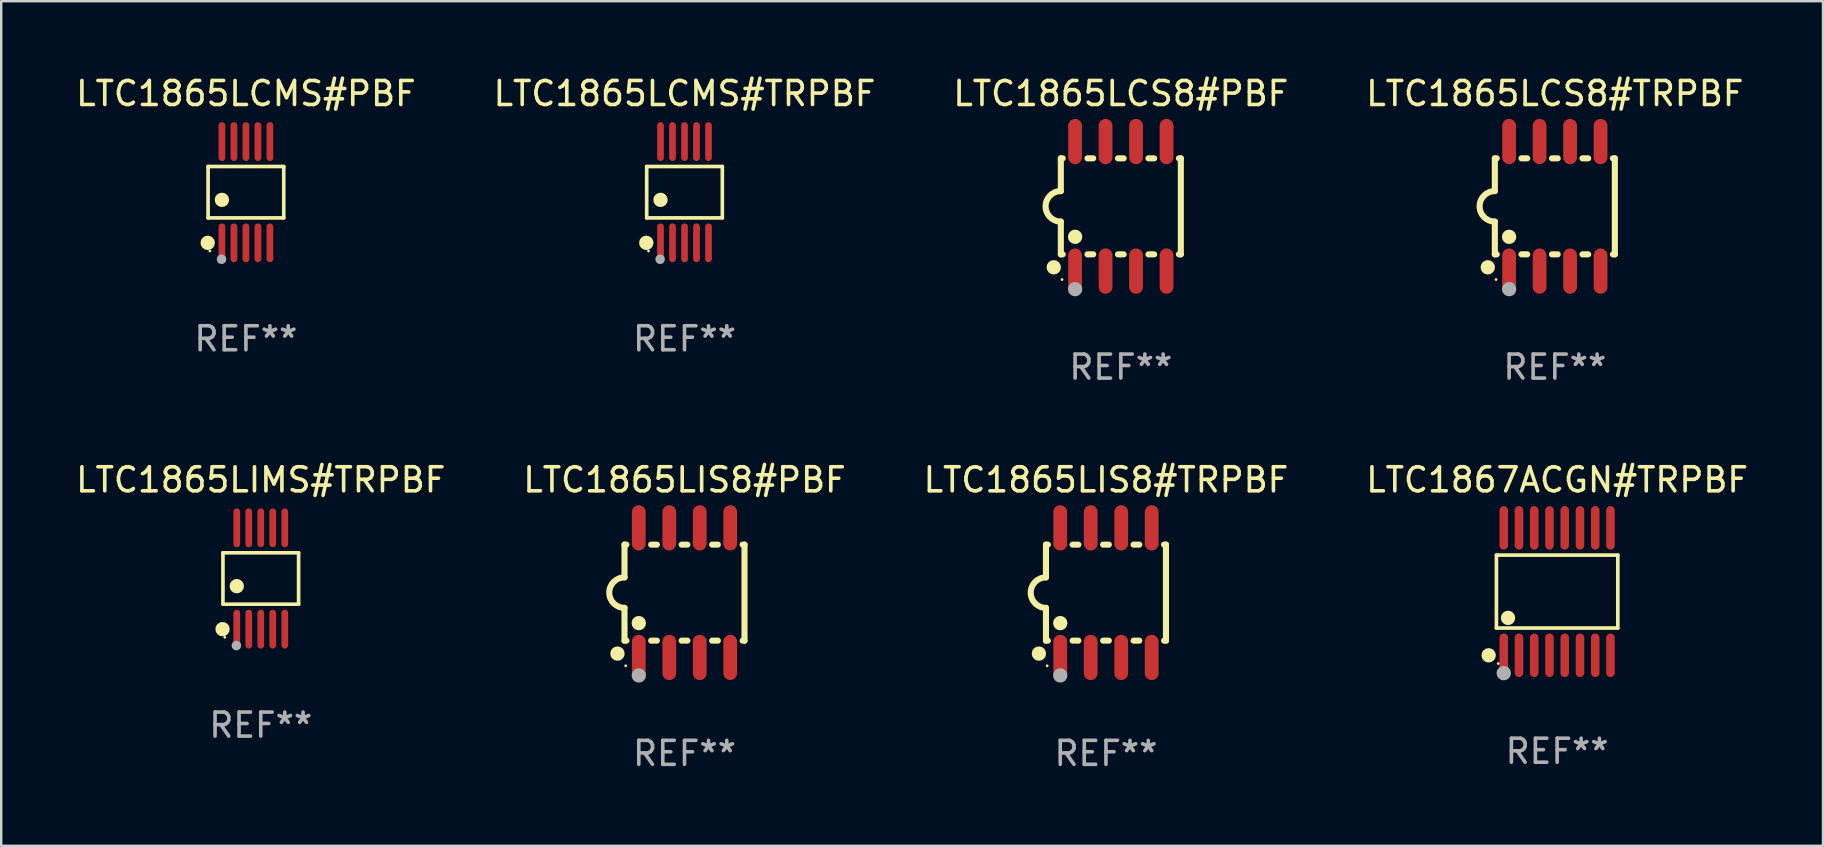
<source format=kicad_pcb>
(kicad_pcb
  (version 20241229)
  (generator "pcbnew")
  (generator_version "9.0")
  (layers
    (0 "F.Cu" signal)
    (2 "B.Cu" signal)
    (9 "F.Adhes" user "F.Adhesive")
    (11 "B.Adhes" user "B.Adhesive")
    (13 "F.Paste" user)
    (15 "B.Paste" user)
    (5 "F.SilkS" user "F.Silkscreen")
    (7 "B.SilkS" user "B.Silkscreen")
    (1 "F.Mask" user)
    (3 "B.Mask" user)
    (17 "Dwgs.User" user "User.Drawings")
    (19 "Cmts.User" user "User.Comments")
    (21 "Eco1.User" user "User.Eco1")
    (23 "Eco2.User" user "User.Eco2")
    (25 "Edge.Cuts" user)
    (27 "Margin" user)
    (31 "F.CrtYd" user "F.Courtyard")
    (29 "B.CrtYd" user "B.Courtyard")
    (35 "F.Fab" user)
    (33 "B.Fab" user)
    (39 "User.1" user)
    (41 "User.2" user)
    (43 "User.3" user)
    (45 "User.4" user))
  (footprint "LTC1865LCS8#TRPBF"
    (layer "F.Cu")
    (at 61.732 5.547)
    (property "Reference" "LTC1865LCS8#TRPBF" (at 0 -4.699 0) (layer "F.SilkS") (effects (font (size 1 1) (thickness 0.15))))
    (attr through_hole)
    (fp_line (start -2.5 -2) (end -2.5 -0.635) (stroke (width 0.254) (type solid)) (layer "F.SilkS"))
    (fp_line (start -2.5 -2) (end -2.421 -2) (stroke (width 0.254) (type solid)) (layer "F.SilkS"))
    (fp_line (start -2.5 2) (end -2.5 0.635) (stroke (width 0.254) (type solid)) (layer "F.SilkS"))
    (fp_line (start -2.5 2) (end -2.421 2) (stroke (width 0.254) (type solid)) (layer "F.SilkS"))
    (fp_line (start -1.389 -2) (end -1.151 -2) (stroke (width 0.254) (type solid)) (layer "F.SilkS"))
    (fp_line (start -1.389 2) (end -1.151 2) (stroke (width 0.254) (type solid)) (layer "F.SilkS"))
    (fp_line (start -0.119 -2) (end 0.119 -2) (stroke (width 0.254) (type solid)) (layer "F.SilkS"))
    (fp_line (start -0.119 2) (end 0.119 2) (stroke (width 0.254) (type solid)) (layer "F.SilkS"))
    (fp_line (start 1.151 -2) (end 1.389 -2) (stroke (width 0.254) (type solid)) (layer "F.SilkS"))
    (fp_line (start 1.151 2) (end 1.389 2) (stroke (width 0.254) (type solid)) (layer "F.SilkS"))
    (fp_line (start 2.421 -2) (end 2.5 -2) (stroke (width 0.254) (type solid)) (layer "F.SilkS"))
    (fp_line (start 2.421 2) (end 2.5 2) (stroke (width 0.254) (type solid)) (layer "F.SilkS"))
    (fp_line (start 2.5 -2) (end 2.5 2) (stroke (width 0.254) (type solid)) (layer "F.SilkS"))
    (fp_arc (start -2.5 0.635001) (mid -3.134366 -0.000318) (end -2.499365 -0.635001) (stroke (width 0.254001) (type solid)) (layer "F.SilkS"))
    (fp_circle (center -2.794 2.54) (end -2.644 2.54) (stroke (width 0.3) (type solid)) (fill no) (layer "F.SilkS"))
    (fp_circle (center -2.45 3.05) (end -2.42 3.05) (stroke (width 0.06) (type solid)) (fill no) (layer "F.SilkS"))
    (fp_circle (center -1.905 1.27) (end -1.755 1.27) (stroke (width 0.3) (type solid)) (fill no) (layer "F.SilkS"))
    (fp_circle (center -1.905 3.45) (end -1.755 3.45) (stroke (width 0.3) (type solid)) (fill no) (layer "F.Fab"))
    (fp_text user "REF**" (at 0 6.699 0) (layer "F.Fab") (effects (font (size 1 1) (thickness 0.15))))
    (pad "1" smd oval (at -1.905 2.699) (size 0.574 1.888) (layers "F.Cu" "F.Mask" "F.Paste"))
    (pad "2" smd oval (at -0.635 2.699) (size 0.574 1.888) (layers "F.Cu" "F.Mask" "F.Paste"))
    (pad "3" smd oval (at 0.635 2.699) (size 0.574 1.888) (layers "F.Cu" "F.Mask" "F.Paste"))
    (pad "4" smd oval (at 1.905 2.699) (size 0.574 1.888) (layers "F.Cu" "F.Mask" "F.Paste"))
    (pad "5" smd oval (at 1.905 -2.699) (size 0.574 1.888) (layers "F.Cu" "F.Mask" "F.Paste"))
    (pad "6" smd oval (at 0.635 -2.699) (size 0.574 1.888) (layers "F.Cu" "F.Mask" "F.Paste"))
    (pad "7" smd oval (at -0.635 -2.699) (size 0.574 1.888) (layers "F.Cu" "F.Mask" "F.Paste"))
    (pad "8" smd oval (at -1.905 -2.699) (size 0.574 1.888) (layers "F.Cu" "F.Mask" "F.Paste")))
  (footprint "LTC1865LIS8#TRPBF"
    (layer "F.Cu")
    (at 43.03 21.642)
    (property "Reference" "LTC1865LIS8#TRPBF" (at 0 -4.699 0) (layer "F.SilkS") (effects (font (size 1 1) (thickness 0.15))))
    (attr through_hole)
    (fp_line (start -2.5 -2) (end -2.5 -0.635) (stroke (width 0.254) (type solid)) (layer "F.SilkS"))
    (fp_line (start -2.5 -2) (end -2.421 -2) (stroke (width 0.254) (type solid)) (layer "F.SilkS"))
    (fp_line (start -2.5 2) (end -2.5 0.635) (stroke (width 0.254) (type solid)) (layer "F.SilkS"))
    (fp_line (start -2.5 2) (end -2.421 2) (stroke (width 0.254) (type solid)) (layer "F.SilkS"))
    (fp_line (start -1.389 -2) (end -1.151 -2) (stroke (width 0.254) (type solid)) (layer "F.SilkS"))
    (fp_line (start -1.389 2) (end -1.151 2) (stroke (width 0.254) (type solid)) (layer "F.SilkS"))
    (fp_line (start -0.119 -2) (end 0.119 -2) (stroke (width 0.254) (type solid)) (layer "F.SilkS"))
    (fp_line (start -0.119 2) (end 0.119 2) (stroke (width 0.254) (type solid)) (layer "F.SilkS"))
    (fp_line (start 1.151 -2) (end 1.389 -2) (stroke (width 0.254) (type solid)) (layer "F.SilkS"))
    (fp_line (start 1.151 2) (end 1.389 2) (stroke (width 0.254) (type solid)) (layer "F.SilkS"))
    (fp_line (start 2.421 -2) (end 2.5 -2) (stroke (width 0.254) (type solid)) (layer "F.SilkS"))
    (fp_line (start 2.421 2) (end 2.5 2) (stroke (width 0.254) (type solid)) (layer "F.SilkS"))
    (fp_line (start 2.5 -2) (end 2.5 2) (stroke (width 0.254) (type solid)) (layer "F.SilkS"))
    (fp_arc (start -2.5 0.635001) (mid -3.134366 -0.000318) (end -2.499365 -0.635001) (stroke (width 0.254001) (type solid)) (layer "F.SilkS"))
    (fp_circle (center -2.794 2.54) (end -2.644 2.54) (stroke (width 0.3) (type solid)) (fill no) (layer "F.SilkS"))
    (fp_circle (center -2.45 3.05) (end -2.42 3.05) (stroke (width 0.06) (type solid)) (fill no) (layer "F.SilkS"))
    (fp_circle (center -1.905 1.27) (end -1.755 1.27) (stroke (width 0.3) (type solid)) (fill no) (layer "F.SilkS"))
    (fp_circle (center -1.905 3.45) (end -1.755 3.45) (stroke (width 0.3) (type solid)) (fill no) (layer "F.Fab"))
    (fp_text user "REF**" (at 0 6.699 0) (layer "F.Fab") (effects (font (size 1 1) (thickness 0.15))))
    (pad "1" smd oval (at -1.905 2.699) (size 0.574 1.888) (layers "F.Cu" "F.Mask" "F.Paste"))
    (pad "2" smd oval (at -0.635 2.699) (size 0.574 1.888) (layers "F.Cu" "F.Mask" "F.Paste"))
    (pad "3" smd oval (at 0.635 2.699) (size 0.574 1.888) (layers "F.Cu" "F.Mask" "F.Paste"))
    (pad "4" smd oval (at 1.905 2.699) (size 0.574 1.888) (layers "F.Cu" "F.Mask" "F.Paste"))
    (pad "5" smd oval (at 1.905 -2.699) (size 0.574 1.888) (layers "F.Cu" "F.Mask" "F.Paste"))
    (pad "6" smd oval (at 0.635 -2.699) (size 0.574 1.888) (layers "F.Cu" "F.Mask" "F.Paste"))
    (pad "7" smd oval (at -0.635 -2.699) (size 0.574 1.888) (layers "F.Cu" "F.Mask" "F.Paste"))
    (pad "8" smd oval (at -1.905 -2.699) (size 0.574 1.888) (layers "F.Cu" "F.Mask" "F.Paste")))
  (footprint "LTC1867ACGN#TRPBF"
    (layer "F.Cu")
    (at 61.827 21.598)
    (property "Reference" "LTC1867ACGN#TRPBF" (at 0 -4.655 0) (layer "F.SilkS") (effects (font (size 1 1) (thickness 0.15))))
    (attr through_hole)
    (fp_line (start -2.529 -1.519) (end 2.529 -1.519) (stroke (width 0.152) (type solid)) (layer "F.SilkS"))
    (fp_line (start -2.529 1.519) (end -2.529 -1.519) (stroke (width 0.152) (type solid)) (layer "F.SilkS"))
    (fp_line (start 2.529 -1.519) (end 2.529 1.519) (stroke (width 0.152) (type solid)) (layer "F.SilkS"))
    (fp_line (start 2.529 1.519) (end -2.529 1.519) (stroke (width 0.152) (type solid)) (layer "F.SilkS"))
    (fp_circle (center -2.853 2.655) (end -2.703 2.655) (stroke (width 0.3) (type solid)) (fill no) (layer "F.SilkS"))
    (fp_circle (center -2.453 2.998) (end -2.423 2.998) (stroke (width 0.06) (type solid)) (fill no) (layer "F.SilkS"))
    (fp_circle (center -2.045 1.097) (end -1.895 1.097) (stroke (width 0.3) (type solid)) (fill no) (layer "F.SilkS"))
    (fp_circle (center -2.223 3.398) (end -2.072 3.398) (stroke (width 0.3) (type solid)) (fill no) (layer "F.Fab"))
    (fp_text user "REF**" (at 0 6.655 0) (layer "F.Fab") (effects (font (size 1 1) (thickness 0.15))))
    (pad "1" smd oval (at -2.223 2.655) (size 0.356 1.815) (layers "F.Cu" "F.Mask" "F.Paste"))
    (pad "2" smd oval (at -1.588 2.655) (size 0.356 1.815) (layers "F.Cu" "F.Mask" "F.Paste"))
    (pad "3" smd oval (at -0.953 2.655) (size 0.356 1.815) (layers "F.Cu" "F.Mask" "F.Paste"))
    (pad "4" smd oval (at -0.318 2.655) (size 0.356 1.815) (layers "F.Cu" "F.Mask" "F.Paste"))
    (pad "5" smd oval (at 0.318 2.655) (size 0.356 1.815) (layers "F.Cu" "F.Mask" "F.Paste"))
    (pad "6" smd oval (at 0.953 2.655) (size 0.356 1.815) (layers "F.Cu" "F.Mask" "F.Paste"))
    (pad "7" smd oval (at 1.588 2.655) (size 0.356 1.815) (layers "F.Cu" "F.Mask" "F.Paste"))
    (pad "8" smd oval (at 2.223 2.655) (size 0.356 1.815) (layers "F.Cu" "F.Mask" "F.Paste"))
    (pad "9" smd oval (at 2.223 -2.655) (size 0.356 1.815) (layers "F.Cu" "F.Mask" "F.Paste"))
    (pad "10" smd oval (at 1.588 -2.655) (size 0.356 1.815) (layers "F.Cu" "F.Mask" "F.Paste"))
    (pad "11" smd oval (at 0.953 -2.655) (size 0.356 1.815) (layers "F.Cu" "F.Mask" "F.Paste"))
    (pad "12" smd oval (at 0.318 -2.655) (size 0.356 1.815) (layers "F.Cu" "F.Mask" "F.Paste"))
    (pad "13" smd oval (at -0.318 -2.655) (size 0.356 1.815) (layers "F.Cu" "F.Mask" "F.Paste"))
    (pad "14" smd oval (at -0.953 -2.655) (size 0.356 1.815) (layers "F.Cu" "F.Mask" "F.Paste"))
    (pad "15" smd oval (at -1.588 -2.655) (size 0.356 1.815) (layers "F.Cu" "F.Mask" "F.Paste"))
    (pad "16" smd oval (at -2.223 -2.655) (size 0.356 1.815) (layers "F.Cu" "F.Mask" "F.Paste")))
  (footprint "LTC1865LCMS#TRPBF"
    (layer "F.Cu")
    (at 25.47 4.958)
    (property "Reference" "LTC1865LCMS#TRPBF" (at 0 -4.11 0) (layer "F.SilkS") (effects (font (size 1 1) (thickness 0.15))))
    (attr through_hole)
    (fp_line (start -1.576 -1.071) (end 1.576 -1.071) (stroke (width 0.152) (type solid)) (layer "F.SilkS"))
    (fp_line (start -1.576 1.071) (end -1.576 -1.071) (stroke (width 0.152) (type solid)) (layer "F.SilkS"))
    (fp_line (start 1.576 -1.071) (end 1.576 1.071) (stroke (width 0.152) (type solid)) (layer "F.SilkS"))
    (fp_line (start 1.576 1.071) (end -1.576 1.071) (stroke (width 0.152) (type solid)) (layer "F.SilkS"))
    (fp_circle (center -1.592 2.11) (end -1.442 2.11) (stroke (width 0.3) (type solid)) (fill no) (layer "F.SilkS"))
    (fp_circle (center -1.5 2.45) (end -1.47 2.45) (stroke (width 0.06) (type solid)) (fill no) (layer "F.SilkS"))
    (fp_circle (center -1 0.319) (end -0.85 0.319) (stroke (width 0.3) (type solid)) (fill no) (layer "F.SilkS"))
    (fp_circle (center -1.016 2.794) (end -0.916 2.794) (stroke (width 0.2) (type solid)) (fill no) (layer "F.Fab"))
    (fp_text user "REF**" (at 0 6.11 0) (layer "F.Fab") (effects (font (size 1 1) (thickness 0.15))))
    (pad "1" smd oval (at -1 2.11) (size 0.28 1.62) (layers "F.Cu" "F.Mask" "F.Paste"))
    (pad "2" smd oval (at -0.5 2.11) (size 0.28 1.62) (layers "F.Cu" "F.Mask" "F.Paste"))
    (pad "3" smd oval (at 0 2.11) (size 0.28 1.62) (layers "F.Cu" "F.Mask" "F.Paste"))
    (pad "4" smd oval (at 0.5 2.11) (size 0.28 1.62) (layers "F.Cu" "F.Mask" "F.Paste"))
    (pad "5" smd oval (at 1 2.11) (size 0.28 1.62) (layers "F.Cu" "F.Mask" "F.Paste"))
    (pad "6" smd oval (at 1 -2.11) (size 0.28 1.62) (layers "F.Cu" "F.Mask" "F.Paste"))
    (pad "7" smd oval (at 0.5 -2.11) (size 0.28 1.62) (layers "F.Cu" "F.Mask" "F.Paste"))
    (pad "8" smd oval (at 0 -2.11) (size 0.28 1.62) (layers "F.Cu" "F.Mask" "F.Paste"))
    (pad "9" smd oval (at -0.5 -2.11) (size 0.28 1.62) (layers "F.Cu" "F.Mask" "F.Paste"))
    (pad "10" smd oval (at -1 -2.11) (size 0.28 1.62) (layers "F.Cu" "F.Mask" "F.Paste")))
  (footprint "LTC1865LIMS#TRPBF"
    (layer "F.Cu")
    (at 7.815 21.053)
    (property "Reference" "LTC1865LIMS#TRPBF" (at 0 -4.11 0) (layer "F.SilkS") (effects (font (size 1 1) (thickness 0.15))))
    (attr through_hole)
    (fp_line (start -1.576 -1.071) (end 1.576 -1.071) (stroke (width 0.152) (type solid)) (layer "F.SilkS"))
    (fp_line (start -1.576 1.071) (end -1.576 -1.071) (stroke (width 0.152) (type solid)) (layer "F.SilkS"))
    (fp_line (start 1.576 -1.071) (end 1.576 1.071) (stroke (width 0.152) (type solid)) (layer "F.SilkS"))
    (fp_line (start 1.576 1.071) (end -1.576 1.071) (stroke (width 0.152) (type solid)) (layer "F.SilkS"))
    (fp_circle (center -1.592 2.11) (end -1.442 2.11) (stroke (width 0.3) (type solid)) (fill no) (layer "F.SilkS"))
    (fp_circle (center -1.5 2.45) (end -1.47 2.45) (stroke (width 0.06) (type solid)) (fill no) (layer "F.SilkS"))
    (fp_circle (center -1 0.319) (end -0.85 0.319) (stroke (width 0.3) (type solid)) (fill no) (layer "F.SilkS"))
    (fp_circle (center -1.016 2.794) (end -0.916 2.794) (stroke (width 0.2) (type solid)) (fill no) (layer "F.Fab"))
    (fp_text user "REF**" (at 0 6.11 0) (layer "F.Fab") (effects (font (size 1 1) (thickness 0.15))))
    (pad "1" smd oval (at -1 2.11) (size 0.28 1.62) (layers "F.Cu" "F.Mask" "F.Paste"))
    (pad "2" smd oval (at -0.5 2.11) (size 0.28 1.62) (layers "F.Cu" "F.Mask" "F.Paste"))
    (pad "3" smd oval (at 0 2.11) (size 0.28 1.62) (layers "F.Cu" "F.Mask" "F.Paste"))
    (pad "4" smd oval (at 0.5 2.11) (size 0.28 1.62) (layers "F.Cu" "F.Mask" "F.Paste"))
    (pad "5" smd oval (at 1 2.11) (size 0.28 1.62) (layers "F.Cu" "F.Mask" "F.Paste"))
    (pad "6" smd oval (at 1 -2.11) (size 0.28 1.62) (layers "F.Cu" "F.Mask" "F.Paste"))
    (pad "7" smd oval (at 0.5 -2.11) (size 0.28 1.62) (layers "F.Cu" "F.Mask" "F.Paste"))
    (pad "8" smd oval (at 0 -2.11) (size 0.28 1.62) (layers "F.Cu" "F.Mask" "F.Paste"))
    (pad "9" smd oval (at -0.5 -2.11) (size 0.28 1.62) (layers "F.Cu" "F.Mask" "F.Paste"))
    (pad "10" smd oval (at -1 -2.11) (size 0.28 1.62) (layers "F.Cu" "F.Mask" "F.Paste")))
  (footprint "LTC1865LCS8#PBF"
    (layer "F.Cu")
    (at 43.649 5.547)
    (property "Reference" "LTC1865LCS8#PBF" (at 0 -4.699 0) (layer "F.SilkS") (effects (font (size 1 1) (thickness 0.15))))
    (attr through_hole)
    (fp_line (start -2.5 -2) (end -2.5 -0.635) (stroke (width 0.254) (type solid)) (layer "F.SilkS"))
    (fp_line (start -2.5 -2) (end -2.421 -2) (stroke (width 0.254) (type solid)) (layer "F.SilkS"))
    (fp_line (start -2.5 2) (end -2.5 0.635) (stroke (width 0.254) (type solid)) (layer "F.SilkS"))
    (fp_line (start -2.5 2) (end -2.421 2) (stroke (width 0.254) (type solid)) (layer "F.SilkS"))
    (fp_line (start -1.389 -2) (end -1.151 -2) (stroke (width 0.254) (type solid)) (layer "F.SilkS"))
    (fp_line (start -1.389 2) (end -1.151 2) (stroke (width 0.254) (type solid)) (layer "F.SilkS"))
    (fp_line (start -0.119 -2) (end 0.119 -2) (stroke (width 0.254) (type solid)) (layer "F.SilkS"))
    (fp_line (start -0.119 2) (end 0.119 2) (stroke (width 0.254) (type solid)) (layer "F.SilkS"))
    (fp_line (start 1.151 -2) (end 1.389 -2) (stroke (width 0.254) (type solid)) (layer "F.SilkS"))
    (fp_line (start 1.151 2) (end 1.389 2) (stroke (width 0.254) (type solid)) (layer "F.SilkS"))
    (fp_line (start 2.421 -2) (end 2.5 -2) (stroke (width 0.254) (type solid)) (layer "F.SilkS"))
    (fp_line (start 2.421 2) (end 2.5 2) (stroke (width 0.254) (type solid)) (layer "F.SilkS"))
    (fp_line (start 2.5 -2) (end 2.5 2) (stroke (width 0.254) (type solid)) (layer "F.SilkS"))
    (fp_arc (start -2.5 0.635001) (mid -3.134366 -0.000318) (end -2.499365 -0.635001) (stroke (width 0.254001) (type solid)) (layer "F.SilkS"))
    (fp_circle (center -2.794 2.54) (end -2.644 2.54) (stroke (width 0.3) (type solid)) (fill no) (layer "F.SilkS"))
    (fp_circle (center -2.45 3.05) (end -2.42 3.05) (stroke (width 0.06) (type solid)) (fill no) (layer "F.SilkS"))
    (fp_circle (center -1.905 1.27) (end -1.755 1.27) (stroke (width 0.3) (type solid)) (fill no) (layer "F.SilkS"))
    (fp_circle (center -1.905 3.45) (end -1.755 3.45) (stroke (width 0.3) (type solid)) (fill no) (layer "F.Fab"))
    (fp_text user "REF**" (at 0 6.699 0) (layer "F.Fab") (effects (font (size 1 1) (thickness 0.15))))
    (pad "1" smd oval (at -1.905 2.699) (size 0.574 1.888) (layers "F.Cu" "F.Mask" "F.Paste"))
    (pad "2" smd oval (at -0.635 2.699) (size 0.574 1.888) (layers "F.Cu" "F.Mask" "F.Paste"))
    (pad "3" smd oval (at 0.635 2.699) (size 0.574 1.888) (layers "F.Cu" "F.Mask" "F.Paste"))
    (pad "4" smd oval (at 1.905 2.699) (size 0.574 1.888) (layers "F.Cu" "F.Mask" "F.Paste"))
    (pad "5" smd oval (at 1.905 -2.699) (size 0.574 1.888) (layers "F.Cu" "F.Mask" "F.Paste"))
    (pad "6" smd oval (at 0.635 -2.699) (size 0.574 1.888) (layers "F.Cu" "F.Mask" "F.Paste"))
    (pad "7" smd oval (at -0.635 -2.699) (size 0.574 1.888) (layers "F.Cu" "F.Mask" "F.Paste"))
    (pad "8" smd oval (at -1.905 -2.699) (size 0.574 1.888) (layers "F.Cu" "F.Mask" "F.Paste")))
  (footprint "LTC1865LIS8#PBF"
    (layer "F.Cu")
    (at 25.47 21.642)
    (property "Reference" "LTC1865LIS8#PBF" (at 0 -4.699 0) (layer "F.SilkS") (effects (font (size 1 1) (thickness 0.15))))
    (attr through_hole)
    (fp_line (start -2.5 -2) (end -2.5 -0.635) (stroke (width 0.254) (type solid)) (layer "F.SilkS"))
    (fp_line (start -2.5 -2) (end -2.421 -2) (stroke (width 0.254) (type solid)) (layer "F.SilkS"))
    (fp_line (start -2.5 2) (end -2.5 0.635) (stroke (width 0.254) (type solid)) (layer "F.SilkS"))
    (fp_line (start -2.5 2) (end -2.421 2) (stroke (width 0.254) (type solid)) (layer "F.SilkS"))
    (fp_line (start -1.389 -2) (end -1.151 -2) (stroke (width 0.254) (type solid)) (layer "F.SilkS"))
    (fp_line (start -1.389 2) (end -1.151 2) (stroke (width 0.254) (type solid)) (layer "F.SilkS"))
    (fp_line (start -0.119 -2) (end 0.119 -2) (stroke (width 0.254) (type solid)) (layer "F.SilkS"))
    (fp_line (start -0.119 2) (end 0.119 2) (stroke (width 0.254) (type solid)) (layer "F.SilkS"))
    (fp_line (start 1.151 -2) (end 1.389 -2) (stroke (width 0.254) (type solid)) (layer "F.SilkS"))
    (fp_line (start 1.151 2) (end 1.389 2) (stroke (width 0.254) (type solid)) (layer "F.SilkS"))
    (fp_line (start 2.421 -2) (end 2.5 -2) (stroke (width 0.254) (type solid)) (layer "F.SilkS"))
    (fp_line (start 2.421 2) (end 2.5 2) (stroke (width 0.254) (type solid)) (layer "F.SilkS"))
    (fp_line (start 2.5 -2) (end 2.5 2) (stroke (width 0.254) (type solid)) (layer "F.SilkS"))
    (fp_arc (start -2.5 0.635001) (mid -3.134366 -0.000318) (end -2.499365 -0.635001) (stroke (width 0.254001) (type solid)) (layer "F.SilkS"))
    (fp_circle (center -2.794 2.54) (end -2.644 2.54) (stroke (width 0.3) (type solid)) (fill no) (layer "F.SilkS"))
    (fp_circle (center -2.45 3.05) (end -2.42 3.05) (stroke (width 0.06) (type solid)) (fill no) (layer "F.SilkS"))
    (fp_circle (center -1.905 1.27) (end -1.755 1.27) (stroke (width 0.3) (type solid)) (fill no) (layer "F.SilkS"))
    (fp_circle (center -1.905 3.45) (end -1.755 3.45) (stroke (width 0.3) (type solid)) (fill no) (layer "F.Fab"))
    (fp_text user "REF**" (at 0 6.699 0) (layer "F.Fab") (effects (font (size 1 1) (thickness 0.15))))
    (pad "1" smd oval (at -1.905 2.699) (size 0.574 1.888) (layers "F.Cu" "F.Mask" "F.Paste"))
    (pad "2" smd oval (at -0.635 2.699) (size 0.574 1.888) (layers "F.Cu" "F.Mask" "F.Paste"))
    (pad "3" smd oval (at 0.635 2.699) (size 0.574 1.888) (layers "F.Cu" "F.Mask" "F.Paste"))
    (pad "4" smd oval (at 1.905 2.699) (size 0.574 1.888) (layers "F.Cu" "F.Mask" "F.Paste"))
    (pad "5" smd oval (at 1.905 -2.699) (size 0.574 1.888) (layers "F.Cu" "F.Mask" "F.Paste"))
    (pad "6" smd oval (at 0.635 -2.699) (size 0.574 1.888) (layers "F.Cu" "F.Mask" "F.Paste"))
    (pad "7" smd oval (at -0.635 -2.699) (size 0.574 1.888) (layers "F.Cu" "F.Mask" "F.Paste"))
    (pad "8" smd oval (at -1.905 -2.699) (size 0.574 1.888) (layers "F.Cu" "F.Mask" "F.Paste")))
  (footprint "LTC1865LCMS#PBF"
    (layer "F.Cu")
    (at 7.196 4.958)
    (property "Reference" "LTC1865LCMS#PBF" (at 0 -4.11 0) (layer "F.SilkS") (effects (font (size 1 1) (thickness 0.15))))
    (attr through_hole)
    (fp_line (start -1.576 -1.071) (end 1.576 -1.071) (stroke (width 0.152) (type solid)) (layer "F.SilkS"))
    (fp_line (start -1.576 1.071) (end -1.576 -1.071) (stroke (width 0.152) (type solid)) (layer "F.SilkS"))
    (fp_line (start 1.576 -1.071) (end 1.576 1.071) (stroke (width 0.152) (type solid)) (layer "F.SilkS"))
    (fp_line (start 1.576 1.071) (end -1.576 1.071) (stroke (width 0.152) (type solid)) (layer "F.SilkS"))
    (fp_circle (center -1.592 2.11) (end -1.442 2.11) (stroke (width 0.3) (type solid)) (fill no) (layer "F.SilkS"))
    (fp_circle (center -1.5 2.45) (end -1.47 2.45) (stroke (width 0.06) (type solid)) (fill no) (layer "F.SilkS"))
    (fp_circle (center -1 0.319) (end -0.85 0.319) (stroke (width 0.3) (type solid)) (fill no) (layer "F.SilkS"))
    (fp_circle (center -1.016 2.794) (end -0.916 2.794) (stroke (width 0.2) (type solid)) (fill no) (layer "F.Fab"))
    (fp_text user "REF**" (at 0 6.11 0) (layer "F.Fab") (effects (font (size 1 1) (thickness 0.15))))
    (pad "1" smd oval (at -1 2.11) (size 0.28 1.62) (layers "F.Cu" "F.Mask" "F.Paste"))
    (pad "2" smd oval (at -0.5 2.11) (size 0.28 1.62) (layers "F.Cu" "F.Mask" "F.Paste"))
    (pad "3" smd oval (at 0 2.11) (size 0.28 1.62) (layers "F.Cu" "F.Mask" "F.Paste"))
    (pad "4" smd oval (at 0.5 2.11) (size 0.28 1.62) (layers "F.Cu" "F.Mask" "F.Paste"))
    (pad "5" smd oval (at 1 2.11) (size 0.28 1.62) (layers "F.Cu" "F.Mask" "F.Paste"))
    (pad "6" smd oval (at 1 -2.11) (size 0.28 1.62) (layers "F.Cu" "F.Mask" "F.Paste"))
    (pad "7" smd oval (at 0.5 -2.11) (size 0.28 1.62) (layers "F.Cu" "F.Mask" "F.Paste"))
    (pad "8" smd oval (at 0 -2.11) (size 0.28 1.62) (layers "F.Cu" "F.Mask" "F.Paste"))
    (pad "9" smd oval (at -0.5 -2.11) (size 0.28 1.62) (layers "F.Cu" "F.Mask" "F.Paste"))
    (pad "10" smd oval (at -1 -2.11) (size 0.28 1.62) (layers "F.Cu" "F.Mask" "F.Paste")))
  (gr_rect
    (start -3 -3)
    (end 72.905 32.189)
    (stroke (width 0.1) (type default))
    (fill no)
    (layer "Edge.Cuts")))
</source>
